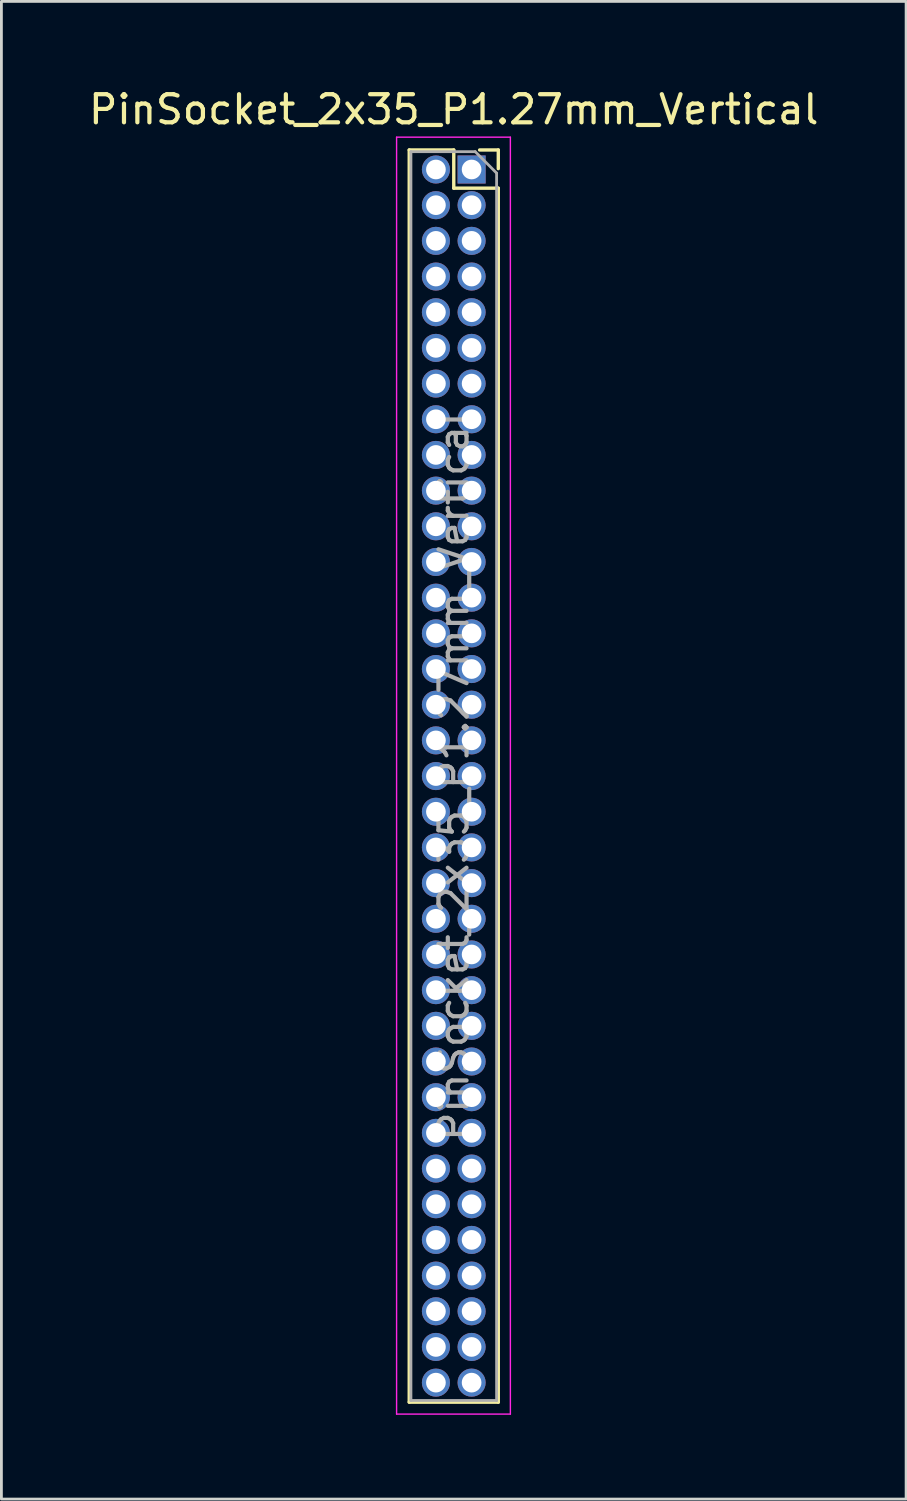
<source format=kicad_pcb>
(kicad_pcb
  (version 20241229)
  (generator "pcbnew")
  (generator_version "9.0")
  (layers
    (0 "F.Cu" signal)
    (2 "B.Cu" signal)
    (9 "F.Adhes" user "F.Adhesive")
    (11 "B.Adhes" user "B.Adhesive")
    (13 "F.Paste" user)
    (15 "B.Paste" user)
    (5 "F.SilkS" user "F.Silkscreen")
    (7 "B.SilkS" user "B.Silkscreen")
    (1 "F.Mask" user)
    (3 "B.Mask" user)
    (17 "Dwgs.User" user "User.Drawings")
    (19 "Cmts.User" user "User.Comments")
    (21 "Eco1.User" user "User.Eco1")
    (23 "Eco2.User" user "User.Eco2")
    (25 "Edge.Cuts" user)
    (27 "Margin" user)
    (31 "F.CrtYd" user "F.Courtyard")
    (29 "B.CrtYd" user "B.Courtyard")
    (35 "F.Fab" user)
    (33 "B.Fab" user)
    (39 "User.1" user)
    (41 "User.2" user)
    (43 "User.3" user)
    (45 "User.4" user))
  (footprint "PinSocket_2x35_P1.27mm_Vertical"
    (layer "F.Cu")
    (at 13.736 2.983)
    (property "Reference" "PinSocket_2x35_P1.27mm_Vertical" (at -0.635 -2.135 0) (layer "F.SilkS") (effects (font (size 1 1) (thickness 0.15))))
    (attr through_hole)
    (fp_line (start -2.22 -0.695) (end -2.22 43.875) (stroke (width 0.12) (type solid)) (layer "F.SilkS"))
    (fp_line (start -2.22 43.875) (end 0.95 43.875) (stroke (width 0.12) (type solid)) (layer "F.SilkS"))
    (fp_line (start -0.635 -0.695) (end -2.22 -0.695) (stroke (width 0.12) (type solid)) (layer "F.SilkS"))
    (fp_line (start -0.635 0.665) (end -0.635 -0.695) (stroke (width 0.12) (type solid)) (layer "F.SilkS"))
    (fp_line (start 0.95 -0.695) (end 0.285 -0.695) (stroke (width 0.12) (type solid)) (layer "F.SilkS"))
    (fp_line (start 0.95 -0.03) (end 0.95 -0.695) (stroke (width 0.12) (type solid)) (layer "F.SilkS"))
    (fp_line (start 0.95 0.665) (end -0.635 0.665) (stroke (width 0.12) (type solid)) (layer "F.SilkS"))
    (fp_line (start 0.95 43.875) (end 0.95 0.665) (stroke (width 0.12) (type solid)) (layer "F.SilkS"))
    (fp_line (start -2.67 -1.15) (end 1.38 -1.15) (stroke (width 0.05) (type solid)) (layer "F.CrtYd"))
    (fp_line (start -2.67 44.3) (end -2.67 -1.15) (stroke (width 0.05) (type solid)) (layer "F.CrtYd"))
    (fp_line (start 1.38 -1.15) (end 1.38 44.3) (stroke (width 0.05) (type solid)) (layer "F.CrtYd"))
    (fp_line (start 1.38 44.3) (end -2.67 44.3) (stroke (width 0.05) (type solid)) (layer "F.CrtYd"))
    (fp_line (start -2.16 -0.635) (end 0.128 -0.635) (stroke (width 0.1) (type solid)) (layer "F.Fab"))
    (fp_line (start -2.16 43.815) (end -2.16 -0.635) (stroke (width 0.1) (type solid)) (layer "F.Fab"))
    (fp_line (start 0.128 -0.635) (end 0.89 0.128) (stroke (width 0.1) (type solid)) (layer "F.Fab"))
    (fp_line (start 0.89 0.128) (end 0.89 43.815) (stroke (width 0.1) (type solid)) (layer "F.Fab"))
    (fp_line (start 0.89 43.815) (end -2.16 43.815) (stroke (width 0.1) (type solid)) (layer "F.Fab"))
    (fp_text user "${REFERENCE}" (at -0.635 21.59 90) (layer "F.Fab") (effects (font (size 1 1) (thickness 0.15))))
    (pad "1" thru_hole rect (at 0 0) (size 1 1) (drill 0.7) (layers "*.Cu" "*.Mask"))
    (pad "2" thru_hole oval (at -1.27 0) (size 1 1) (drill 0.7) (layers "*.Cu" "*.Mask"))
    (pad "3" thru_hole oval (at 0 1.27) (size 1 1) (drill 0.7) (layers "*.Cu" "*.Mask"))
    (pad "4" thru_hole oval (at -1.27 1.27) (size 1 1) (drill 0.7) (layers "*.Cu" "*.Mask"))
    (pad "5" thru_hole oval (at 0 2.54) (size 1 1) (drill 0.7) (layers "*.Cu" "*.Mask"))
    (pad "6" thru_hole oval (at -1.27 2.54) (size 1 1) (drill 0.7) (layers "*.Cu" "*.Mask"))
    (pad "7" thru_hole oval (at 0 3.81) (size 1 1) (drill 0.7) (layers "*.Cu" "*.Mask"))
    (pad "8" thru_hole oval (at -1.27 3.81) (size 1 1) (drill 0.7) (layers "*.Cu" "*.Mask"))
    (pad "9" thru_hole oval (at 0 5.08) (size 1 1) (drill 0.7) (layers "*.Cu" "*.Mask"))
    (pad "10" thru_hole oval (at -1.27 5.08) (size 1 1) (drill 0.7) (layers "*.Cu" "*.Mask"))
    (pad "11" thru_hole oval (at 0 6.35) (size 1 1) (drill 0.7) (layers "*.Cu" "*.Mask"))
    (pad "12" thru_hole oval (at -1.27 6.35) (size 1 1) (drill 0.7) (layers "*.Cu" "*.Mask"))
    (pad "13" thru_hole oval (at 0 7.62) (size 1 1) (drill 0.7) (layers "*.Cu" "*.Mask"))
    (pad "14" thru_hole oval (at -1.27 7.62) (size 1 1) (drill 0.7) (layers "*.Cu" "*.Mask"))
    (pad "15" thru_hole oval (at 0 8.89) (size 1 1) (drill 0.7) (layers "*.Cu" "*.Mask"))
    (pad "16" thru_hole oval (at -1.27 8.89) (size 1 1) (drill 0.7) (layers "*.Cu" "*.Mask"))
    (pad "17" thru_hole oval (at 0 10.16) (size 1 1) (drill 0.7) (layers "*.Cu" "*.Mask"))
    (pad "18" thru_hole oval (at -1.27 10.16) (size 1 1) (drill 0.7) (layers "*.Cu" "*.Mask"))
    (pad "19" thru_hole oval (at 0 11.43) (size 1 1) (drill 0.7) (layers "*.Cu" "*.Mask"))
    (pad "20" thru_hole oval (at -1.27 11.43) (size 1 1) (drill 0.7) (layers "*.Cu" "*.Mask"))
    (pad "21" thru_hole oval (at 0 12.7) (size 1 1) (drill 0.7) (layers "*.Cu" "*.Mask"))
    (pad "22" thru_hole oval (at -1.27 12.7) (size 1 1) (drill 0.7) (layers "*.Cu" "*.Mask"))
    (pad "23" thru_hole oval (at 0 13.97) (size 1 1) (drill 0.7) (layers "*.Cu" "*.Mask"))
    (pad "24" thru_hole oval (at -1.27 13.97) (size 1 1) (drill 0.7) (layers "*.Cu" "*.Mask"))
    (pad "25" thru_hole oval (at 0 15.24) (size 1 1) (drill 0.7) (layers "*.Cu" "*.Mask"))
    (pad "26" thru_hole oval (at -1.27 15.24) (size 1 1) (drill 0.7) (layers "*.Cu" "*.Mask"))
    (pad "27" thru_hole oval (at 0 16.51) (size 1 1) (drill 0.7) (layers "*.Cu" "*.Mask"))
    (pad "28" thru_hole oval (at -1.27 16.51) (size 1 1) (drill 0.7) (layers "*.Cu" "*.Mask"))
    (pad "29" thru_hole oval (at 0 17.78) (size 1 1) (drill 0.7) (layers "*.Cu" "*.Mask"))
    (pad "30" thru_hole oval (at -1.27 17.78) (size 1 1) (drill 0.7) (layers "*.Cu" "*.Mask"))
    (pad "31" thru_hole oval (at 0 19.05) (size 1 1) (drill 0.7) (layers "*.Cu" "*.Mask"))
    (pad "32" thru_hole oval (at -1.27 19.05) (size 1 1) (drill 0.7) (layers "*.Cu" "*.Mask"))
    (pad "33" thru_hole oval (at 0 20.32) (size 1 1) (drill 0.7) (layers "*.Cu" "*.Mask"))
    (pad "34" thru_hole oval (at -1.27 20.32) (size 1 1) (drill 0.7) (layers "*.Cu" "*.Mask"))
    (pad "35" thru_hole oval (at 0 21.59) (size 1 1) (drill 0.7) (layers "*.Cu" "*.Mask"))
    (pad "36" thru_hole oval (at -1.27 21.59) (size 1 1) (drill 0.7) (layers "*.Cu" "*.Mask"))
    (pad "37" thru_hole oval (at 0 22.86) (size 1 1) (drill 0.7) (layers "*.Cu" "*.Mask"))
    (pad "38" thru_hole oval (at -1.27 22.86) (size 1 1) (drill 0.7) (layers "*.Cu" "*.Mask"))
    (pad "39" thru_hole oval (at 0 24.13) (size 1 1) (drill 0.7) (layers "*.Cu" "*.Mask"))
    (pad "40" thru_hole oval (at -1.27 24.13) (size 1 1) (drill 0.7) (layers "*.Cu" "*.Mask"))
    (pad "41" thru_hole oval (at 0 25.4) (size 1 1) (drill 0.7) (layers "*.Cu" "*.Mask"))
    (pad "42" thru_hole oval (at -1.27 25.4) (size 1 1) (drill 0.7) (layers "*.Cu" "*.Mask"))
    (pad "43" thru_hole oval (at 0 26.67) (size 1 1) (drill 0.7) (layers "*.Cu" "*.Mask"))
    (pad "44" thru_hole oval (at -1.27 26.67) (size 1 1) (drill 0.7) (layers "*.Cu" "*.Mask"))
    (pad "45" thru_hole oval (at 0 27.94) (size 1 1) (drill 0.7) (layers "*.Cu" "*.Mask"))
    (pad "46" thru_hole oval (at -1.27 27.94) (size 1 1) (drill 0.7) (layers "*.Cu" "*.Mask"))
    (pad "47" thru_hole oval (at 0 29.21) (size 1 1) (drill 0.7) (layers "*.Cu" "*.Mask"))
    (pad "48" thru_hole oval (at -1.27 29.21) (size 1 1) (drill 0.7) (layers "*.Cu" "*.Mask"))
    (pad "49" thru_hole oval (at 0 30.48) (size 1 1) (drill 0.7) (layers "*.Cu" "*.Mask"))
    (pad "50" thru_hole oval (at -1.27 30.48) (size 1 1) (drill 0.7) (layers "*.Cu" "*.Mask"))
    (pad "51" thru_hole oval (at 0 31.75) (size 1 1) (drill 0.7) (layers "*.Cu" "*.Mask"))
    (pad "52" thru_hole oval (at -1.27 31.75) (size 1 1) (drill 0.7) (layers "*.Cu" "*.Mask"))
    (pad "53" thru_hole oval (at 0 33.02) (size 1 1) (drill 0.7) (layers "*.Cu" "*.Mask"))
    (pad "54" thru_hole oval (at -1.27 33.02) (size 1 1) (drill 0.7) (layers "*.Cu" "*.Mask"))
    (pad "55" thru_hole oval (at 0 34.29) (size 1 1) (drill 0.7) (layers "*.Cu" "*.Mask"))
    (pad "56" thru_hole oval (at -1.27 34.29) (size 1 1) (drill 0.7) (layers "*.Cu" "*.Mask"))
    (pad "57" thru_hole oval (at 0 35.56) (size 1 1) (drill 0.7) (layers "*.Cu" "*.Mask"))
    (pad "58" thru_hole oval (at -1.27 35.56) (size 1 1) (drill 0.7) (layers "*.Cu" "*.Mask"))
    (pad "59" thru_hole oval (at 0 36.83) (size 1 1) (drill 0.7) (layers "*.Cu" "*.Mask"))
    (pad "60" thru_hole oval (at -1.27 36.83) (size 1 1) (drill 0.7) (layers "*.Cu" "*.Mask"))
    (pad "61" thru_hole oval (at 0 38.1) (size 1 1) (drill 0.7) (layers "*.Cu" "*.Mask"))
    (pad "62" thru_hole oval (at -1.27 38.1) (size 1 1) (drill 0.7) (layers "*.Cu" "*.Mask"))
    (pad "63" thru_hole oval (at 0 39.37) (size 1 1) (drill 0.7) (layers "*.Cu" "*.Mask"))
    (pad "64" thru_hole oval (at -1.27 39.37) (size 1 1) (drill 0.7) (layers "*.Cu" "*.Mask"))
    (pad "65" thru_hole oval (at 0 40.64) (size 1 1) (drill 0.7) (layers "*.Cu" "*.Mask"))
    (pad "66" thru_hole oval (at -1.27 40.64) (size 1 1) (drill 0.7) (layers "*.Cu" "*.Mask"))
    (pad "67" thru_hole oval (at 0 41.91) (size 1 1) (drill 0.7) (layers "*.Cu" "*.Mask"))
    (pad "68" thru_hole oval (at -1.27 41.91) (size 1 1) (drill 0.7) (layers "*.Cu" "*.Mask"))
    (pad "69" thru_hole oval (at 0 43.18) (size 1 1) (drill 0.7) (layers "*.Cu" "*.Mask"))
    (pad "70" thru_hole oval (at -1.27 43.18) (size 1 1) (drill 0.7) (layers "*.Cu" "*.Mask")))
  (gr_rect
    (start -3 -3)
    (end 29.202 50.308)
    (stroke (width 0.1) (type default))
    (fill no)
    (layer "Edge.Cuts")))
</source>
